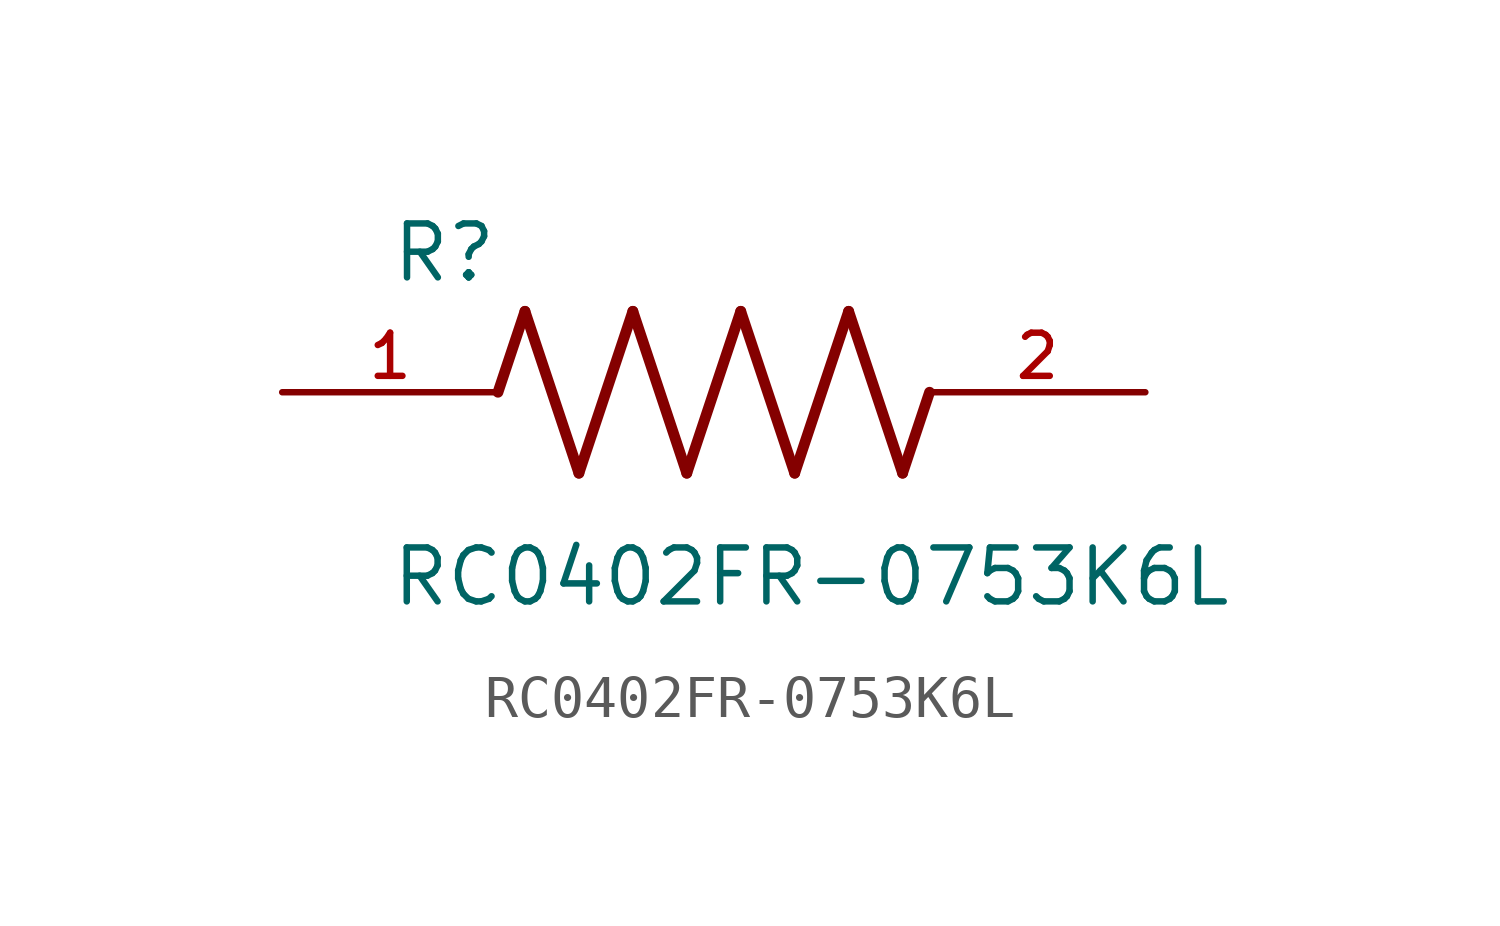
<source format=kicad_sym>
(kicad_symbol_lib
  (version 20211014)
  (generator kicad_symbol_editor)
  (symbol "RC0402FR-0753K6L"
    (pin_names
      (offset 1.016))
    (property "Reference" "R"
      (at -7.624 2.541 0)
      (effects (font (size 1.27 1.27)) (justify bottom left)))
    (property "Value" "RC0402FR-0753K6L"
      (at -7.63 -5.087 0)
      (effects (font (size 1.27 1.27)) (justify bottom left)))
    (symbol "RC0402FR-0753K6L_0_0"
      (polyline (pts (xy -5.08 0.0) (xy -4.445 1.905)) (stroke (width 0.254)))
      (polyline (pts (xy -4.445 1.905) (xy -3.175 -1.905)) (stroke (width 0.254)))
      (polyline (pts (xy -3.175 -1.905) (xy -1.905 1.905)) (stroke (width 0.254)))
      (polyline (pts (xy -1.905 1.905) (xy -0.635 -1.905)) (stroke (width 0.254)))
      (polyline (pts (xy -0.635 -1.905) (xy 0.635 1.905)) (stroke (width 0.254)))
      (polyline (pts (xy 0.635 1.905) (xy 1.905 -1.905)) (stroke (width 0.254)))
      (polyline (pts (xy 1.905 -1.905) (xy 3.175 1.905)) (stroke (width 0.254)))
      (polyline (pts (xy 3.175 1.905) (xy 4.445 -1.905)) (stroke (width 0.254)))
      (polyline (pts (xy 4.445 -1.905) (xy 5.08 0.0)) (stroke (width 0.254)))
      (pin passive line (at -10.16 0.0 0) (length 5.08) (name "~" (effects (font (size 1.016 1.016)))) (number "1" (effects (font (size 1.016 1.016)))))
      (pin passive line (at 10.16 0.0 180.0) (length 5.08) (name "~" (effects (font (size 1.016 1.016)))) (number "2" (effects (font (size 1.016 1.016))))))))
</source>
